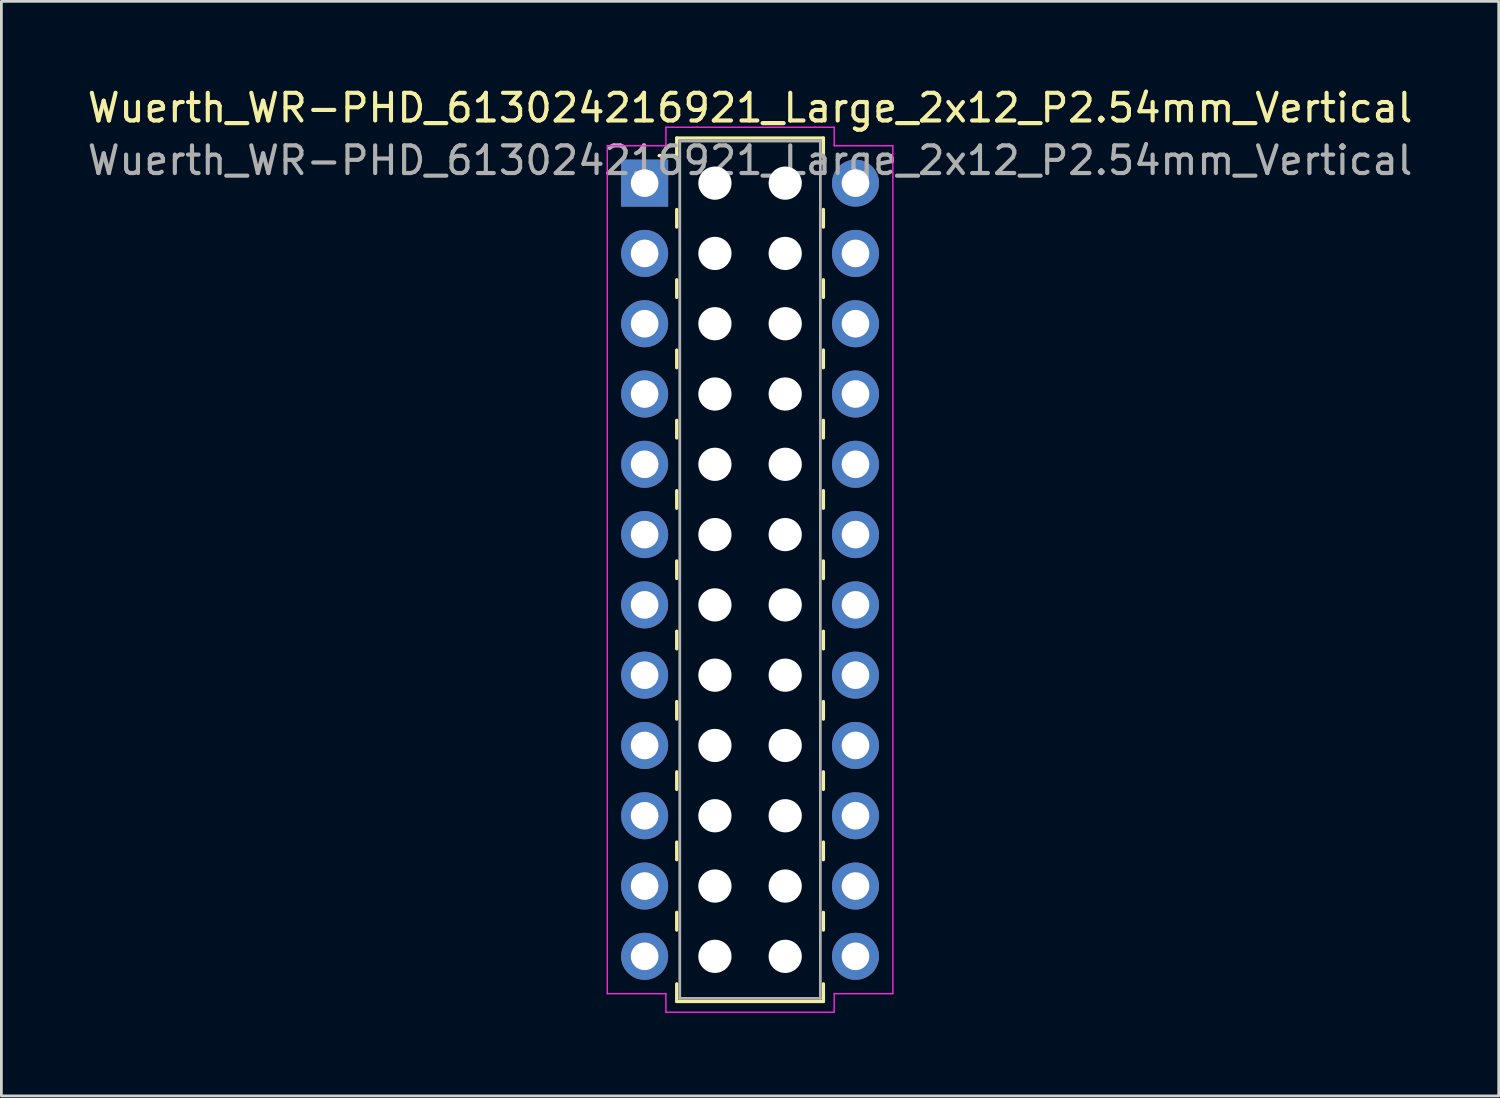
<source format=kicad_pcb>
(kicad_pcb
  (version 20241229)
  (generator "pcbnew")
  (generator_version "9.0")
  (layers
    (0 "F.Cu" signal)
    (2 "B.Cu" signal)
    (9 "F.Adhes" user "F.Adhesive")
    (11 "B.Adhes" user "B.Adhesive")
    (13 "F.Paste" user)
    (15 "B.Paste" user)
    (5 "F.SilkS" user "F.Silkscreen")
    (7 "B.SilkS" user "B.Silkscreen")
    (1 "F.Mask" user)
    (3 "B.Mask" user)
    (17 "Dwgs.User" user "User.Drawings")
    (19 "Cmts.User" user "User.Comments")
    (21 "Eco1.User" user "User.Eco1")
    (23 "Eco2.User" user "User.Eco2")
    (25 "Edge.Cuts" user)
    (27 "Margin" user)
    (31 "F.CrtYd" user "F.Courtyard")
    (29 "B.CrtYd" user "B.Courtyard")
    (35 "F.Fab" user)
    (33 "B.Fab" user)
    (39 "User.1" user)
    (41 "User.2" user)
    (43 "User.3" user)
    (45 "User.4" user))
  (footprint "Wuerth_WR-PHD_613024216921_Large_2x12_P2.54mm_Vertical"
    (layer "F.Cu")
    (at 20.244 3.568)
    (property "Reference" "Wuerth_WR-PHD_613024216921_Large_2x12_P2.54mm_Vertical" (at 3.81 -2.72 0) (layer "F.SilkS") (effects (font (size 1 1) (thickness 0.15))))
    (attr through_hole)
    (fp_line (start 1.16 -1.63) (end 1.16 -0.995) (stroke (width 0.12) (type solid)) (layer "F.SilkS"))
    (fp_line (start 1.16 -1.63) (end 6.46 -1.63) (stroke (width 0.12) (type solid)) (layer "F.SilkS"))
    (fp_line (start 1.16 -0.995) (end 0.525 -0.995) (stroke (width 0.12) (type solid)) (layer "F.SilkS"))
    (fp_line (start 1.16 0.953) (end 1.16 1.587) (stroke (width 0.12) (type solid)) (layer "F.SilkS"))
    (fp_line (start 1.16 3.493) (end 1.16 4.128) (stroke (width 0.12) (type solid)) (layer "F.SilkS"))
    (fp_line (start 1.16 6.032) (end 1.16 6.668) (stroke (width 0.12) (type solid)) (layer "F.SilkS"))
    (fp_line (start 1.16 8.572) (end 1.16 9.207) (stroke (width 0.12) (type solid)) (layer "F.SilkS"))
    (fp_line (start 1.16 11.113) (end 1.16 11.748) (stroke (width 0.12) (type solid)) (layer "F.SilkS"))
    (fp_line (start 1.16 13.652) (end 1.16 14.287) (stroke (width 0.12) (type solid)) (layer "F.SilkS"))
    (fp_line (start 1.16 16.192) (end 1.16 16.828) (stroke (width 0.12) (type solid)) (layer "F.SilkS"))
    (fp_line (start 1.16 18.733) (end 1.16 19.367) (stroke (width 0.12) (type solid)) (layer "F.SilkS"))
    (fp_line (start 1.16 21.273) (end 1.16 21.907) (stroke (width 0.12) (type solid)) (layer "F.SilkS"))
    (fp_line (start 1.16 23.812) (end 1.16 24.448) (stroke (width 0.12) (type solid)) (layer "F.SilkS"))
    (fp_line (start 1.16 26.352) (end 1.16 26.988) (stroke (width 0.12) (type solid)) (layer "F.SilkS"))
    (fp_line (start 1.16 29.57) (end 1.16 28.935) (stroke (width 0.12) (type solid)) (layer "F.SilkS"))
    (fp_line (start 1.16 29.57) (end 6.46 29.57) (stroke (width 0.12) (type solid)) (layer "F.SilkS"))
    (fp_line (start 6.46 -1.63) (end 6.46 -0.995) (stroke (width 0.12) (type solid)) (layer "F.SilkS"))
    (fp_line (start 6.46 0.953) (end 6.46 1.587) (stroke (width 0.12) (type solid)) (layer "F.SilkS"))
    (fp_line (start 6.46 3.493) (end 6.46 4.128) (stroke (width 0.12) (type solid)) (layer "F.SilkS"))
    (fp_line (start 6.46 6.032) (end 6.46 6.668) (stroke (width 0.12) (type solid)) (layer "F.SilkS"))
    (fp_line (start 6.46 8.572) (end 6.46 9.207) (stroke (width 0.12) (type solid)) (layer "F.SilkS"))
    (fp_line (start 6.46 11.113) (end 6.46 11.748) (stroke (width 0.12) (type solid)) (layer "F.SilkS"))
    (fp_line (start 6.46 13.652) (end 6.46 14.287) (stroke (width 0.12) (type solid)) (layer "F.SilkS"))
    (fp_line (start 6.46 16.192) (end 6.46 16.828) (stroke (width 0.12) (type solid)) (layer "F.SilkS"))
    (fp_line (start 6.46 18.733) (end 6.46 19.367) (stroke (width 0.12) (type solid)) (layer "F.SilkS"))
    (fp_line (start 6.46 21.273) (end 6.46 21.907) (stroke (width 0.12) (type solid)) (layer "F.SilkS"))
    (fp_line (start 6.46 23.812) (end 6.46 24.448) (stroke (width 0.12) (type solid)) (layer "F.SilkS"))
    (fp_line (start 6.46 26.352) (end 6.46 26.988) (stroke (width 0.12) (type solid)) (layer "F.SilkS"))
    (fp_line (start 6.46 29.57) (end 6.46 28.935) (stroke (width 0.12) (type solid)) (layer "F.SilkS"))
    (fp_line (start -1.35 -1.35) (end 0.77 -1.35) (stroke (width 0.05) (type solid)) (layer "F.CrtYd"))
    (fp_line (start -1.35 29.29) (end -1.35 -1.35) (stroke (width 0.05) (type solid)) (layer "F.CrtYd"))
    (fp_line (start 0.77 -2.02) (end 6.85 -2.02) (stroke (width 0.05) (type solid)) (layer "F.CrtYd"))
    (fp_line (start 0.77 -1.35) (end 0.77 -2.02) (stroke (width 0.05) (type solid)) (layer "F.CrtYd"))
    (fp_line (start 0.77 29.29) (end -1.35 29.29) (stroke (width 0.05) (type solid)) (layer "F.CrtYd"))
    (fp_line (start 0.77 29.96) (end 0.77 29.29) (stroke (width 0.05) (type solid)) (layer "F.CrtYd"))
    (fp_line (start 6.85 -2.02) (end 6.85 -1.35) (stroke (width 0.05) (type solid)) (layer "F.CrtYd"))
    (fp_line (start 6.85 -1.35) (end 8.97 -1.35) (stroke (width 0.05) (type solid)) (layer "F.CrtYd"))
    (fp_line (start 6.85 29.29) (end 6.85 29.96) (stroke (width 0.05) (type solid)) (layer "F.CrtYd"))
    (fp_line (start 6.85 29.96) (end 0.77 29.96) (stroke (width 0.05) (type solid)) (layer "F.CrtYd"))
    (fp_line (start 8.97 -1.35) (end 8.97 29.29) (stroke (width 0.05) (type solid)) (layer "F.CrtYd"))
    (fp_line (start 8.97 29.29) (end 6.85 29.29) (stroke (width 0.05) (type solid)) (layer "F.CrtYd"))
    (fp_line (start 1.27 -1.52) (end 1.27 29.46) (stroke (width 0.1) (type solid)) (layer "F.Fab"))
    (fp_line (start 1.27 29.46) (end 6.35 29.46) (stroke (width 0.1) (type solid)) (layer "F.Fab"))
    (fp_line (start 6.35 -1.52) (end 1.27 -1.52) (stroke (width 0.1) (type solid)) (layer "F.Fab"))
    (fp_line (start 6.35 29.46) (end 6.35 -1.52) (stroke (width 0.1) (type solid)) (layer "F.Fab"))
    (fp_text user "${REFERENCE}" (at 3.81 -0.82 0) (layer "F.Fab") (effects (font (size 1 1) (thickness 0.15))))
    (pad "" np_thru_hole circle (at 2.54 0) (size 1.2 1.2) (drill 1.2) (layers "*.Cu" "*.Mask"))
    (pad "" np_thru_hole circle (at 2.54 2.54) (size 1.2 1.2) (drill 1.2) (layers "*.Cu" "*.Mask"))
    (pad "" np_thru_hole circle (at 2.54 5.08) (size 1.2 1.2) (drill 1.2) (layers "*.Cu" "*.Mask"))
    (pad "" np_thru_hole circle (at 2.54 7.62) (size 1.2 1.2) (drill 1.2) (layers "*.Cu" "*.Mask"))
    (pad "" np_thru_hole circle (at 2.54 10.16) (size 1.2 1.2) (drill 1.2) (layers "*.Cu" "*.Mask"))
    (pad "" np_thru_hole circle (at 2.54 12.7) (size 1.2 1.2) (drill 1.2) (layers "*.Cu" "*.Mask"))
    (pad "" np_thru_hole circle (at 2.54 15.24) (size 1.2 1.2) (drill 1.2) (layers "*.Cu" "*.Mask"))
    (pad "" np_thru_hole circle (at 2.54 17.78) (size 1.2 1.2) (drill 1.2) (layers "*.Cu" "*.Mask"))
    (pad "" np_thru_hole circle (at 2.54 20.32) (size 1.2 1.2) (drill 1.2) (layers "*.Cu" "*.Mask"))
    (pad "" np_thru_hole circle (at 2.54 22.86) (size 1.2 1.2) (drill 1.2) (layers "*.Cu" "*.Mask"))
    (pad "" np_thru_hole circle (at 2.54 25.4) (size 1.2 1.2) (drill 1.2) (layers "*.Cu" "*.Mask"))
    (pad "" np_thru_hole circle (at 2.54 27.94) (size 1.2 1.2) (drill 1.2) (layers "*.Cu" "*.Mask"))
    (pad "" np_thru_hole circle (at 5.08 0) (size 1.2 1.2) (drill 1.2) (layers "*.Cu" "*.Mask"))
    (pad "" np_thru_hole circle (at 5.08 2.54) (size 1.2 1.2) (drill 1.2) (layers "*.Cu" "*.Mask"))
    (pad "" np_thru_hole circle (at 5.08 5.08) (size 1.2 1.2) (drill 1.2) (layers "*.Cu" "*.Mask"))
    (pad "" np_thru_hole circle (at 5.08 7.62) (size 1.2 1.2) (drill 1.2) (layers "*.Cu" "*.Mask"))
    (pad "" np_thru_hole circle (at 5.08 10.16) (size 1.2 1.2) (drill 1.2) (layers "*.Cu" "*.Mask"))
    (pad "" np_thru_hole circle (at 5.08 12.7) (size 1.2 1.2) (drill 1.2) (layers "*.Cu" "*.Mask"))
    (pad "" np_thru_hole circle (at 5.08 15.24) (size 1.2 1.2) (drill 1.2) (layers "*.Cu" "*.Mask"))
    (pad "" np_thru_hole circle (at 5.08 17.78) (size 1.2 1.2) (drill 1.2) (layers "*.Cu" "*.Mask"))
    (pad "" np_thru_hole circle (at 5.08 20.32) (size 1.2 1.2) (drill 1.2) (layers "*.Cu" "*.Mask"))
    (pad "" np_thru_hole circle (at 5.08 22.86) (size 1.2 1.2) (drill 1.2) (layers "*.Cu" "*.Mask"))
    (pad "" np_thru_hole circle (at 5.08 25.4) (size 1.2 1.2) (drill 1.2) (layers "*.Cu" "*.Mask"))
    (pad "" np_thru_hole circle (at 5.08 27.94) (size 1.2 1.2) (drill 1.2) (layers "*.Cu" "*.Mask"))
    (pad "1" thru_hole rect (at 0 0) (size 1.7 1.7) (drill 1) (layers "*.Cu" "*.Mask"))
    (pad "2" thru_hole circle (at 7.62 0) (size 1.7 1.7) (drill 1) (layers "*.Cu" "*.Mask"))
    (pad "3" thru_hole circle (at 0 2.54) (size 1.7 1.7) (drill 1) (layers "*.Cu" "*.Mask"))
    (pad "4" thru_hole circle (at 7.62 2.54) (size 1.7 1.7) (drill 1) (layers "*.Cu" "*.Mask"))
    (pad "5" thru_hole circle (at 0 5.08) (size 1.7 1.7) (drill 1) (layers "*.Cu" "*.Mask"))
    (pad "6" thru_hole circle (at 7.62 5.08) (size 1.7 1.7) (drill 1) (layers "*.Cu" "*.Mask"))
    (pad "7" thru_hole circle (at 0 7.62) (size 1.7 1.7) (drill 1) (layers "*.Cu" "*.Mask"))
    (pad "8" thru_hole circle (at 7.62 7.62) (size 1.7 1.7) (drill 1) (layers "*.Cu" "*.Mask"))
    (pad "9" thru_hole circle (at 0 10.16) (size 1.7 1.7) (drill 1) (layers "*.Cu" "*.Mask"))
    (pad "10" thru_hole circle (at 7.62 10.16) (size 1.7 1.7) (drill 1) (layers "*.Cu" "*.Mask"))
    (pad "11" thru_hole circle (at 0 12.7) (size 1.7 1.7) (drill 1) (layers "*.Cu" "*.Mask"))
    (pad "12" thru_hole circle (at 7.62 12.7) (size 1.7 1.7) (drill 1) (layers "*.Cu" "*.Mask"))
    (pad "13" thru_hole circle (at 0 15.24) (size 1.7 1.7) (drill 1) (layers "*.Cu" "*.Mask"))
    (pad "14" thru_hole circle (at 7.62 15.24) (size 1.7 1.7) (drill 1) (layers "*.Cu" "*.Mask"))
    (pad "15" thru_hole circle (at 0 17.78) (size 1.7 1.7) (drill 1) (layers "*.Cu" "*.Mask"))
    (pad "16" thru_hole circle (at 7.62 17.78) (size 1.7 1.7) (drill 1) (layers "*.Cu" "*.Mask"))
    (pad "17" thru_hole circle (at 0 20.32) (size 1.7 1.7) (drill 1) (layers "*.Cu" "*.Mask"))
    (pad "18" thru_hole circle (at 7.62 20.32) (size 1.7 1.7) (drill 1) (layers "*.Cu" "*.Mask"))
    (pad "19" thru_hole circle (at 0 22.86) (size 1.7 1.7) (drill 1) (layers "*.Cu" "*.Mask"))
    (pad "20" thru_hole circle (at 7.62 22.86) (size 1.7 1.7) (drill 1) (layers "*.Cu" "*.Mask"))
    (pad "21" thru_hole circle (at 0 25.4) (size 1.7 1.7) (drill 1) (layers "*.Cu" "*.Mask"))
    (pad "22" thru_hole circle (at 7.62 25.4) (size 1.7 1.7) (drill 1) (layers "*.Cu" "*.Mask"))
    (pad "23" thru_hole circle (at 0 27.94) (size 1.7 1.7) (drill 1) (layers "*.Cu" "*.Mask"))
    (pad "24" thru_hole circle (at 7.62 27.94) (size 1.7 1.7) (drill 1) (layers "*.Cu" "*.Mask")))
  (gr_rect
    (start -3 -3)
    (end 51.107 36.553)
    (stroke (width 0.1) (type default))
    (fill no)
    (layer "Edge.Cuts")))
</source>
